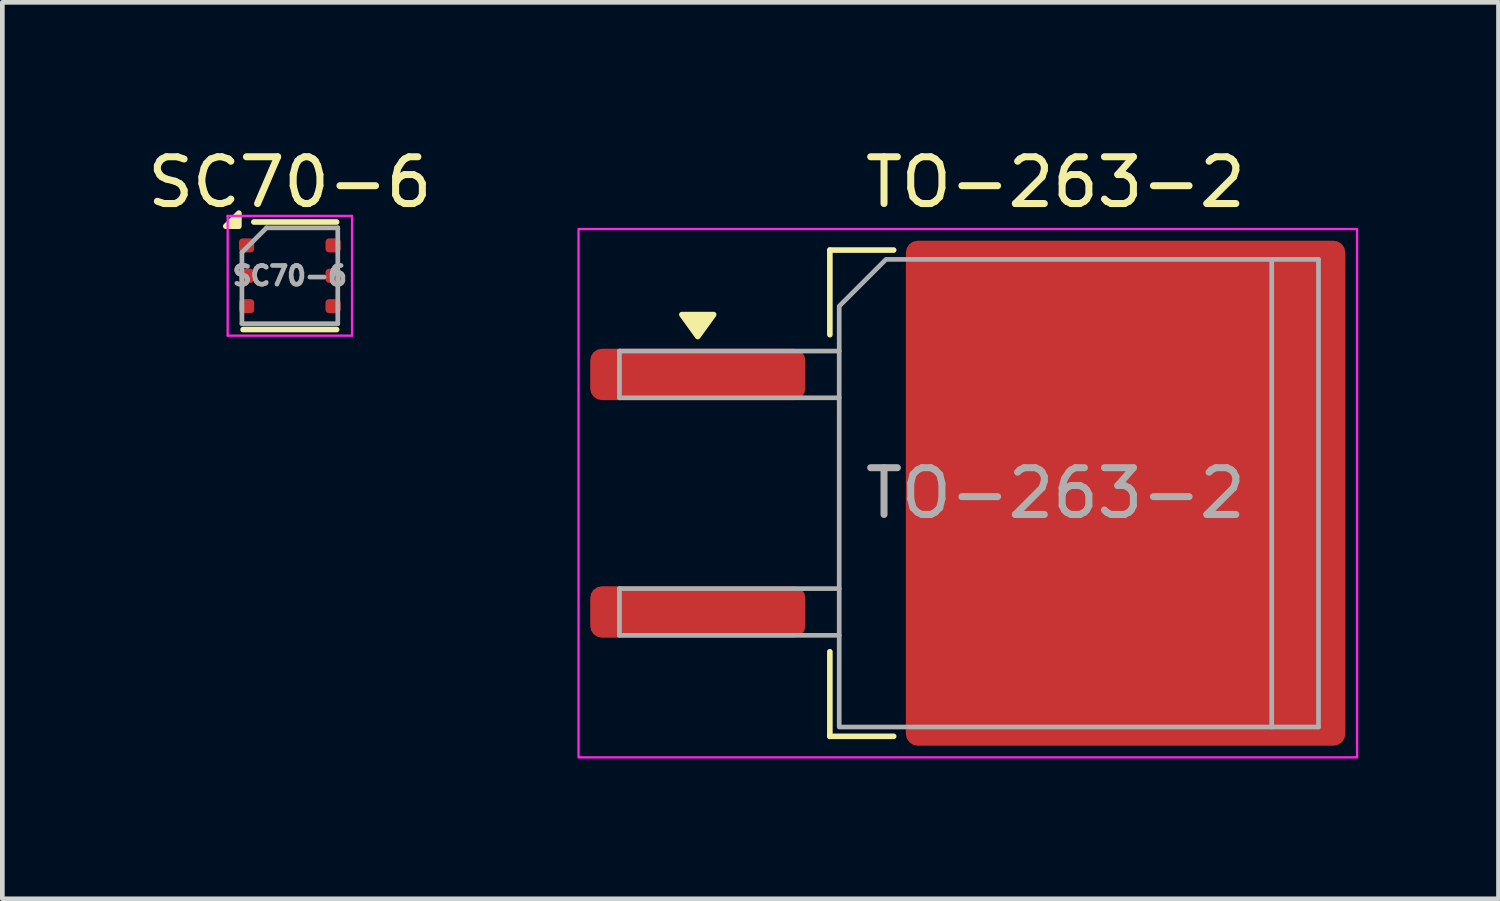
<source format=kicad_pcb>
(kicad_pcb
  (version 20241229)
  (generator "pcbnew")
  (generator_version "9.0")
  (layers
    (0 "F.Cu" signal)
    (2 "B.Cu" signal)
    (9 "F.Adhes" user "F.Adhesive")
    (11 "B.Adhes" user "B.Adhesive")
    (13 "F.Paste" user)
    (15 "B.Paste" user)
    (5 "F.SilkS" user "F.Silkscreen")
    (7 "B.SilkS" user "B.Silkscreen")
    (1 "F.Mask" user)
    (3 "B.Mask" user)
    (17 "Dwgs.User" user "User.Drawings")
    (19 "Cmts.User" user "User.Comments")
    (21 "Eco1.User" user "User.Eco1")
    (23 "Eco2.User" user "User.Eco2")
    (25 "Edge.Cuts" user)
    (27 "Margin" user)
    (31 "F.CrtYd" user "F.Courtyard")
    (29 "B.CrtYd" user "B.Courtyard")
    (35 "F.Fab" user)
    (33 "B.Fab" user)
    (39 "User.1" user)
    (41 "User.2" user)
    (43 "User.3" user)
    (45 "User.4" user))
  (footprint "TO-263-2"
    (layer "F.Cu")
    (at 19.523 7.498)
    (property "Reference" "TO-263-2" (at 0 -6.65 0) (layer "F.SilkS") (effects (font (size 1 1) (thickness 0.15))))
    (attr smd)
    (fp_line (start -4.825 -5.2) (end -4.825 -3.39) (stroke (width 0.12) (type solid)) (layer "F.SilkS"))
    (fp_line (start -4.825 5.2) (end -4.825 3.39) (stroke (width 0.12) (type solid)) (layer "F.SilkS"))
    (fp_line (start -3.46 -5.2) (end -4.825 -5.2) (stroke (width 0.12) (type solid)) (layer "F.SilkS"))
    (fp_line (start -3.46 5.2) (end -4.825 5.2) (stroke (width 0.12) (type solid)) (layer "F.SilkS"))
    (fp_poly (pts (xy -7.65 -3.35) (xy -7.99 -3.82) (xy -7.31 -3.82)) (stroke (width 0.12) (type solid)) (fill yes) (layer "F.SilkS"))
    (fp_rect (start -10.2 -5.65) (end 6.45 5.65) (stroke (width 0.05) (type solid)) (fill no) (layer "F.CrtYd"))
    (fp_line (start -9.325 -3.04) (end -9.325 -2.04) (stroke (width 0.1) (type solid)) (layer "F.Fab"))
    (fp_line (start -9.325 -2.04) (end -4.625 -2.04) (stroke (width 0.1) (type solid)) (layer "F.Fab"))
    (fp_line (start -9.325 2.04) (end -9.325 3.04) (stroke (width 0.1) (type solid)) (layer "F.Fab"))
    (fp_line (start -9.325 3.04) (end -4.625 3.04) (stroke (width 0.1) (type solid)) (layer "F.Fab"))
    (fp_line (start -4.625 -3.04) (end -9.325 -3.04) (stroke (width 0.1) (type solid)) (layer "F.Fab"))
    (fp_line (start -4.625 2.04) (end -9.325 2.04) (stroke (width 0.1) (type solid)) (layer "F.Fab"))
    (fp_line (start 4.625 -5) (end 5.625 -5) (stroke (width 0.1) (type solid)) (layer "F.Fab"))
    (fp_line (start 5.625 -5) (end 5.625 5) (stroke (width 0.1) (type solid)) (layer "F.Fab"))
    (fp_line (start 5.625 5) (end 4.625 5) (stroke (width 0.1) (type solid)) (layer "F.Fab"))
    (fp_poly (pts (xy 4.625 -5) (xy 4.625 5) (xy -4.625 5) (xy -4.625 -4) (xy -3.625 -5)) (stroke (width 0.1) (type solid)) (fill no) (layer "F.Fab"))
    (fp_text user "${REFERENCE}" (at 0 0 0) (layer "F.Fab") (effects (font (size 1 1) (thickness 0.15))))
    (pad "" smd roundrect (at -0.925 -2.775) (size 4.55 5.25) (layers "F.Paste") (roundrect_rratio 0.055))
    (pad "" smd roundrect (at -0.925 2.775) (size 4.55 5.25) (layers "F.Paste") (roundrect_rratio 0.055))
    (pad "" smd roundrect (at 3.925 -2.775) (size 4.55 5.25) (layers "F.Paste") (roundrect_rratio 0.055))
    (pad "" smd roundrect (at 3.925 2.775) (size 4.55 5.25) (layers "F.Paste") (roundrect_rratio 0.055))
    (pad "1" smd roundrect (at 1.5 0) (size 9.4 10.8) (layers "F.Cu" "F.Mask") (roundrect_rratio 0.027))
    (pad "2" smd roundrect (at -7.65 -2.54) (size 4.6 1.1) (layers "F.Cu" "F.Mask" "F.Paste") (roundrect_rratio 0.227))
    (pad "3" smd roundrect (at -7.65 2.54) (size 4.6 1.1) (layers "F.Cu" "F.Mask" "F.Paste") (roundrect_rratio 0.227)))
  (footprint "SC70-6"
    (layer "F.Cu")
    (at 3.149 2.848)
    (property "Reference" "SC70-6" (at 0 -2 0) (layer "F.SilkS") (effects (font (size 1 1) (thickness 0.15))))
    (attr smd)
    (fp_line (start -0.77 -1.15) (end 1 -1.15) (stroke (width 0.12) (type solid)) (layer "F.SilkS"))
    (fp_line (start 1 1.15) (end -1 1.15) (stroke (width 0.12) (type solid)) (layer "F.SilkS"))
    (fp_poly (pts (xy -1.09 -1.06) (xy -1.37 -1.06) (xy -1.09 -1.34) (xy -1.09 -1.06)) (stroke (width 0.12) (type solid)) (fill yes) (layer "F.SilkS"))
    (fp_line (start -1.33 -1.28) (end 1.33 -1.28) (stroke (width 0.05) (type solid)) (layer "F.CrtYd"))
    (fp_line (start -1.33 1.28) (end -1.33 -1.28) (stroke (width 0.05) (type solid)) (layer "F.CrtYd"))
    (fp_line (start 1.33 -1.28) (end 1.33 1.28) (stroke (width 0.05) (type solid)) (layer "F.CrtYd"))
    (fp_line (start 1.33 1.28) (end -1.33 1.28) (stroke (width 0.05) (type solid)) (layer "F.CrtYd"))
    (fp_line (start -1.025 -0.5) (end -0.5 -1.025) (stroke (width 0.1) (type solid)) (layer "F.Fab"))
    (fp_line (start -1.025 1.025) (end -1.025 -0.5) (stroke (width 0.1) (type solid)) (layer "F.Fab"))
    (fp_line (start -0.5 -1.025) (end 1.025 -1.025) (stroke (width 0.1) (type solid)) (layer "F.Fab"))
    (fp_line (start 1.025 -1.025) (end 1.025 1.025) (stroke (width 0.1) (type solid)) (layer "F.Fab"))
    (fp_line (start 1.025 1.025) (end -1.025 1.025) (stroke (width 0.1) (type solid)) (layer "F.Fab"))
    (fp_text user "${REFERENCE}" (at 0 0 0) (layer "F.Fab") (effects (font (size 0.4 0.4) (thickness 0.1))))
    (pad "1" smd roundrect (at -0.925 -0.65) (size 0.325 0.3) (layers "F.Cu" "F.Mask" "F.Paste") (roundrect_rratio 0.25))
    (pad "2" smd roundrect (at -0.925 0) (size 0.325 0.3) (layers "F.Cu" "F.Mask" "F.Paste") (roundrect_rratio 0.25))
    (pad "3" smd roundrect (at -0.925 0.65) (size 0.325 0.3) (layers "F.Cu" "F.Mask" "F.Paste") (roundrect_rratio 0.25))
    (pad "4" smd roundrect (at 0.925 0.65) (size 0.325 0.3) (layers "F.Cu" "F.Mask" "F.Paste") (roundrect_rratio 0.25))
    (pad "5" smd roundrect (at 0.925 0) (size 0.325 0.3) (layers "F.Cu" "F.Mask" "F.Paste") (roundrect_rratio 0.25))
    (pad "6" smd roundrect (at 0.925 -0.65) (size 0.325 0.3) (layers "F.Cu" "F.Mask" "F.Paste") (roundrect_rratio 0.25)))
  (gr_rect
    (start -3 -3)
    (end 28.998 16.173)
    (stroke (width 0.1) (type default))
    (fill no)
    (layer "Edge.Cuts")))
</source>
